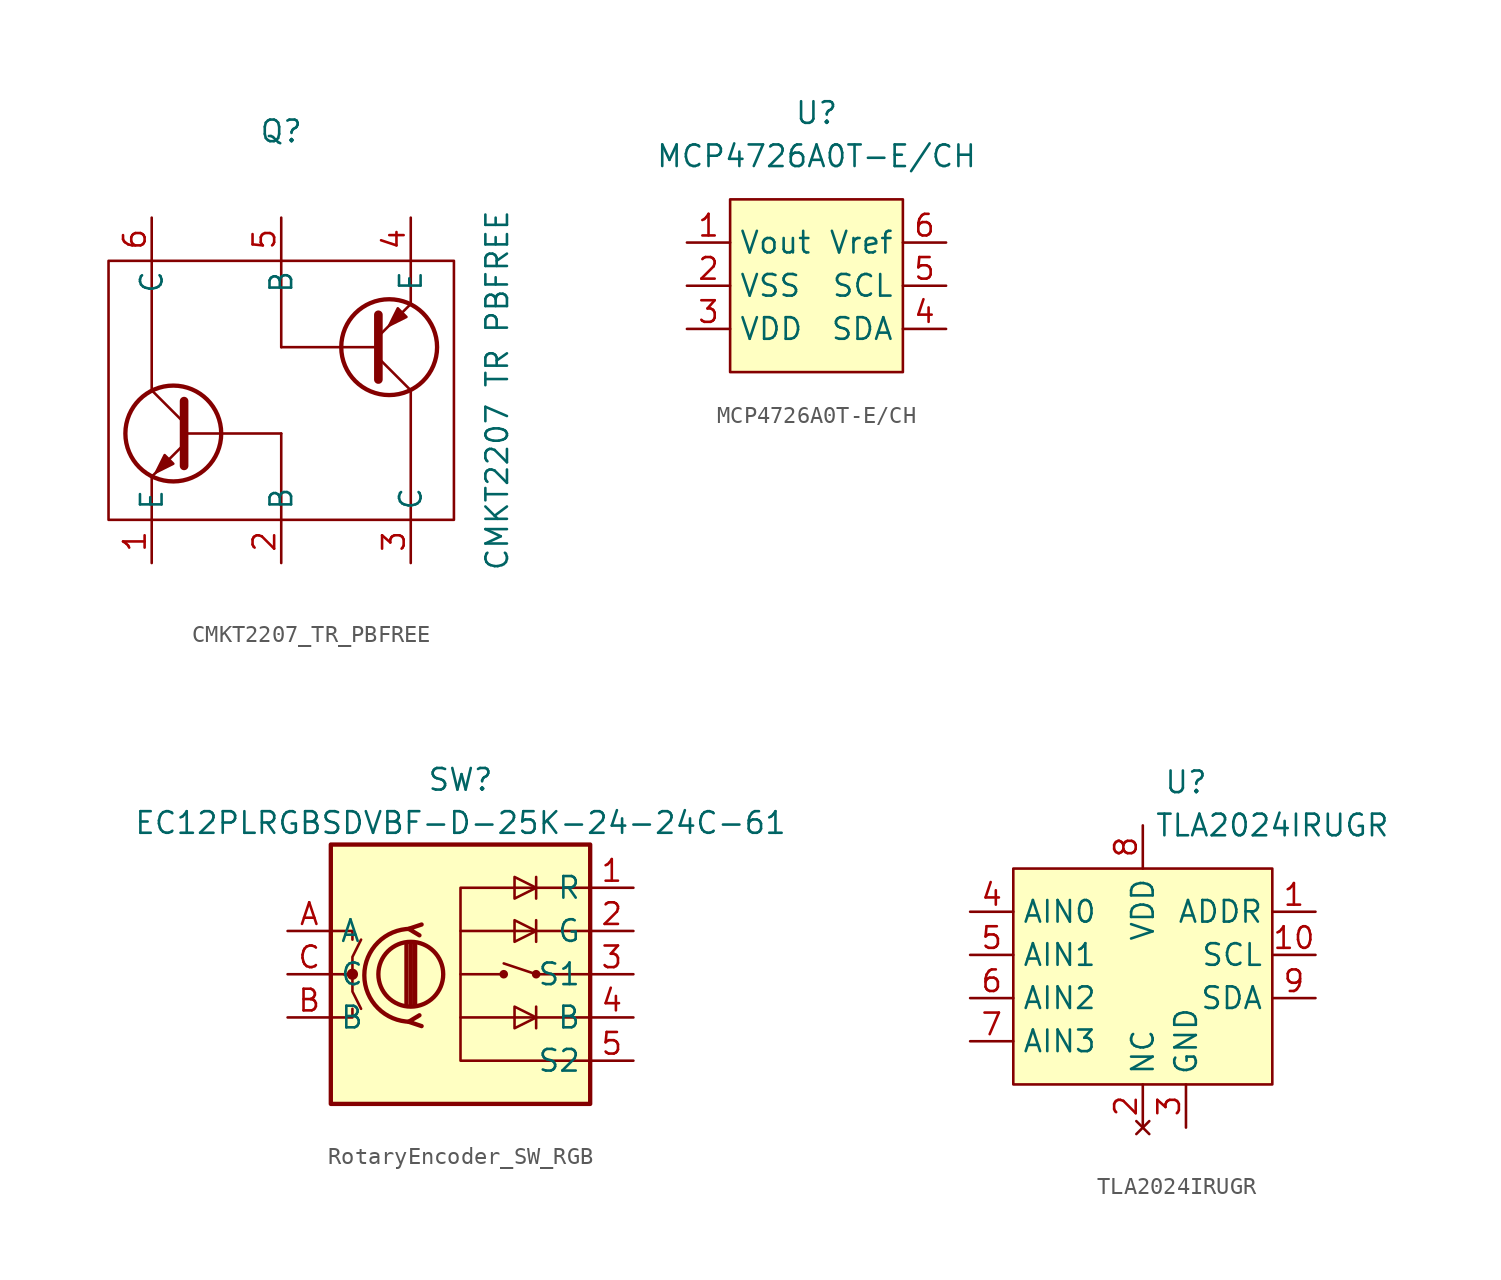
<source format=kicad_sym>
(kicad_symbol_lib
  (version 20220914)
  (generator kicad_symbol_editor)
  (symbol "CMKT2207_TR_PBFREE"
    (property "Reference" "Q"
      (at 0 15.24 0)
      (effects (font (size 1.27 1.27))))
    (property "Value" "CMKT2207 TR PBFREE"
      (at 12.7 0 90)
      (effects (font (size 1.27 1.27))))
    (symbol "CMKT2207_TR_PBFREE_0_1"
      (rectangle (start -10.16 7.62) (end 10.16 -7.62) (stroke (width 0) (type default)) (fill (type none)))
      (circle (center -6.35 -2.54) (radius 2.819) (stroke (width 0.254) (type default)) (fill (type none)))
      (polyline (pts (xy -7.62 -5.08) (xy -7.62 -7.62)) (stroke (width 0) (type default)) (fill (type none)))
      (polyline (pts (xy -7.62 7.62) (xy -7.62 0)) (stroke (width 0) (type default)) (fill (type none)))
      (polyline (pts (xy -5.715 -1.905) (xy -7.62 0)) (stroke (width 0) (type default)) (fill (type none)))
      (polyline (pts (xy 0 -2.54) (xy -5.715 -2.54)) (stroke (width 0) (type default)) (fill (type none)))
      (polyline (pts (xy 0 -2.54) (xy 0 -7.62)) (stroke (width 0) (type default)) (fill (type none)))
      (polyline (pts (xy 0 2.54) (xy 0 7.62)) (stroke (width 0) (type default)) (fill (type none)))
      (polyline (pts (xy 0 2.54) (xy 5.715 2.54)) (stroke (width 0) (type default)) (fill (type none)))
      (polyline (pts (xy 5.715 1.905) (xy 7.62 0)) (stroke (width 0) (type default)) (fill (type none)))
      (polyline (pts (xy 7.62 0) (xy 7.62 -7.62)) (stroke (width 0) (type default)) (fill (type none)))
      (polyline (pts (xy 7.62 7.62) (xy 7.62 5.08)) (stroke (width 0) (type default)) (fill (type none)))
      (polyline (pts (xy -5.715 -3.175) (xy -7.62 -5.08) (xy -7.62 -5.08)) (stroke (width 0) (type default)) (fill (type none)))
      (polyline (pts (xy -5.715 -0.635) (xy -5.715 -4.445) (xy -5.715 -4.445)) (stroke (width 0.508) (type default)) (fill (type none)))
      (polyline (pts (xy 5.715 0.635) (xy 5.715 4.445) (xy 5.715 4.445)) (stroke (width 0.508) (type default)) (fill (type none)))
      (polyline (pts (xy 5.715 3.175) (xy 7.62 5.08) (xy 7.62 5.08)) (stroke (width 0) (type default)) (fill (type none)))
      (polyline (pts (xy -6.35 -4.318) (xy -6.858 -3.81) (xy -7.366 -4.826) (xy -6.35 -4.318) (xy -6.35 -4.318)) (stroke (width 0) (type default)) (fill (type outline)))
      (polyline (pts (xy 7.366 4.318) (xy 6.858 4.826) (xy 6.35 3.81) (xy 7.366 4.318) (xy 7.366 4.318)) (stroke (width 0) (type default)) (fill (type outline)))
      (circle (center 6.35 2.54) (radius 2.819) (stroke (width 0.254) (type default)) (fill (type none))))
    (symbol "CMKT2207_TR_PBFREE_1_1"
      (pin passive line (at -7.62 -10.16 90) (length 2.54) (name "E" (effects (font (size 1.27 1.27)))) (number "1" (effects (font (size 1.27 1.27)))))
      (pin passive line (at 0 -10.16 90) (length 2.54) (name "B" (effects (font (size 1.27 1.27)))) (number "2" (effects (font (size 1.27 1.27)))))
      (pin passive line (at 7.62 -10.16 90) (length 2.54) (name "C" (effects (font (size 1.27 1.27)))) (number "3" (effects (font (size 1.27 1.27)))))
      (pin passive line (at 7.62 10.16 270) (length 2.54) (name "E" (effects (font (size 1.27 1.27)))) (number "4" (effects (font (size 1.27 1.27)))))
      (pin input line (at 0 10.16 270) (length 2.54) (name "B" (effects (font (size 1.27 1.27)))) (number "5" (effects (font (size 1.27 1.27)))))
      (pin passive line (at -7.62 10.16 270) (length 2.54) (name "C" (effects (font (size 1.27 1.27)))) (number "6" (effects (font (size 1.27 1.27)))))))
  (symbol "MCP4726A0T-E/CH"
    (property "Reference" "U"
      (at 0 10.16 0)
      (effects (font (size 1.27 1.27))))
    (property "Value" "MCP4726A0T-E/CH"
      (at 0 7.62 0)
      (effects (font (size 1.27 1.27))))
    (symbol "MCP4726A0T-E/CH_0_1"
      (rectangle (start -5.08 5.08) (end 5.08 -5.08) (stroke (width 0) (type default)) (fill (type background))))
    (symbol "MCP4726A0T-E/CH_1_1"
      (pin output line (at -7.62 2.54 0) (length 2.54) (name "Vout" (effects (font (size 1.27 1.27)))) (number "1" (effects (font (size 1.27 1.27)))))
      (pin power_in line (at -7.62 0 0) (length 2.54) (name "VSS" (effects (font (size 1.27 1.27)))) (number "2" (effects (font (size 1.27 1.27)))))
      (pin power_in line (at -7.62 -2.54 0) (length 2.54) (name "VDD" (effects (font (size 1.27 1.27)))) (number "3" (effects (font (size 1.27 1.27)))))
      (pin bidirectional line (at 7.62 -2.54 180) (length 2.54) (name "SDA" (effects (font (size 1.27 1.27)))) (number "4" (effects (font (size 1.27 1.27)))))
      (pin bidirectional line (at 7.62 0 180) (length 2.54) (name "SCL" (effects (font (size 1.27 1.27)))) (number "5" (effects (font (size 1.27 1.27)))))
      (pin input line (at 7.62 2.54 180) (length 2.54) (name "Vref" (effects (font (size 1.27 1.27)))) (number "6" (effects (font (size 1.27 1.27)))))))
  (symbol "RotaryEncoder_SW_RGB"
    (property "Reference" "SW"
      (at 0 11.43 0)
      (effects (font (size 1.27 1.27))))
    (property "Value" "EC12PLRGBSDVBF-D-25K-24-24C-61"
      (at 0 8.89 0)
      (effects (font (size 1.27 1.27))))
    (symbol "RotaryEncoder_SW_RGB_0_1"
      (rectangle (start -7.62 7.62) (end 7.62 -7.62) (stroke (width 0.254) (type default)) (fill (type background)))
      (circle (center -6.35 0) (radius 0.254) (stroke (width 0) (type default)) (fill (type outline)))
      (circle (center -2.921 0) (radius 1.905) (stroke (width 0.254) (type default)) (fill (type none)))
      (arc (start -2.921 2.667) (mid -5.6388 -0.0635) (end -2.921 -2.794) (stroke (width 0.254) (type default)) (fill (type none)))
      (polyline (pts (xy -3.175 -1.778) (xy -3.175 1.778)) (stroke (width 0.254) (type default)) (fill (type none)))
      (polyline (pts (xy -2.921 -1.778) (xy -2.921 1.778)) (stroke (width 0.254) (type default)) (fill (type none)))
      (polyline (pts (xy -2.667 1.778) (xy -2.667 -1.778)) (stroke (width 0.254) (type default)) (fill (type none)))
      (polyline (pts (xy 0 0) (xy 2.54 0)) (stroke (width 0) (type default)) (fill (type none)))
      (polyline (pts (xy 4.445 -1.905) (xy 4.445 -3.175)) (stroke (width 0) (type default)) (fill (type none)))
      (polyline (pts (xy 4.445 0) (xy 2.54 0.635)) (stroke (width 0) (type default)) (fill (type none)))
      (polyline (pts (xy 4.445 0) (xy 7.62 0)) (stroke (width 0) (type default)) (fill (type none)))
      (polyline (pts (xy 4.445 3.175) (xy 4.445 1.905)) (stroke (width 0) (type default)) (fill (type none)))
      (polyline (pts (xy 4.445 5.715) (xy 4.445 4.445)) (stroke (width 0) (type default)) (fill (type none)))
      (polyline (pts (xy 7.62 -2.54) (xy 0 -2.54)) (stroke (width 0) (type default)) (fill (type none)))
      (polyline (pts (xy 7.62 2.54) (xy 0 2.54)) (stroke (width 0) (type default)) (fill (type none)))
      (polyline (pts (xy -7.62 -2.54) (xy -6.35 -2.54) (xy -6.35 -2.032)) (stroke (width 0) (type default)) (fill (type none)))
      (polyline (pts (xy -7.62 2.54) (xy -6.35 2.54) (xy -6.35 2.032)) (stroke (width 0) (type default)) (fill (type none)))
      (polyline (pts (xy -2.286 -3.048) (xy -3.048 -2.794) (xy -2.413 -2.413)) (stroke (width 0.254) (type default)) (fill (type none)))
      (polyline (pts (xy -2.286 2.921) (xy -3.048 2.667) (xy -2.413 2.286)) (stroke (width 0.254) (type default)) (fill (type none)))
      (polyline (pts (xy -7.62 0) (xy -6.35 0) (xy -6.35 -1.016) (xy -5.842 -2.032)) (stroke (width 0) (type default)) (fill (type none)))
      (polyline (pts (xy -6.858 0) (xy -6.35 0) (xy -6.35 1.016) (xy -5.842 2.032)) (stroke (width 0) (type default)) (fill (type none)))
      (polyline (pts (xy 4.445 -2.54) (xy 3.175 -1.905) (xy 3.175 -3.175) (xy 4.445 -2.54)) (stroke (width 0) (type default)) (fill (type none)))
      (polyline (pts (xy 4.445 2.54) (xy 3.175 3.175) (xy 3.175 1.905) (xy 4.445 2.54)) (stroke (width 0) (type default)) (fill (type none)))
      (polyline (pts (xy 4.445 5.08) (xy 3.175 5.715) (xy 3.175 4.445) (xy 4.445 5.08)) (stroke (width 0) (type default)) (fill (type none)))
      (polyline (pts (xy 7.62 5.08) (xy 0 5.08) (xy 0 -5.08) (xy 7.62 -5.08)) (stroke (width 0) (type default)) (fill (type none)))
      (circle (center 2.54 0) (radius 0.127) (stroke (width 0.254) (type default)) (fill (type none)))
      (circle (center 4.445 0) (radius 0.127) (stroke (width 0.254) (type default)) (fill (type none))))
    (symbol "RotaryEncoder_SW_RGB_1_1"
      (pin passive line (at 10.16 5.08 180) (length 2.54) (name "R" (effects (font (size 1.27 1.27)))) (number "1" (effects (font (size 1.27 1.27)))))
      (pin passive line (at 10.16 2.54 180) (length 2.54) (name "G" (effects (font (size 1.27 1.27)))) (number "2" (effects (font (size 1.27 1.27)))))
      (pin passive line (at 10.16 0 180) (length 2.54) (name "S1" (effects (font (size 1.27 1.27)))) (number "3" (effects (font (size 1.27 1.27)))))
      (pin passive line (at 10.16 -2.54 180) (length 2.54) (name "B" (effects (font (size 1.27 1.27)))) (number "4" (effects (font (size 1.27 1.27)))))
      (pin passive line (at 10.16 -5.08 180) (length 2.54) (name "S2" (effects (font (size 1.27 1.27)))) (number "5" (effects (font (size 1.27 1.27)))))
      (pin passive line (at -10.16 2.54 0) (length 2.54) (name "A" (effects (font (size 1.27 1.27)))) (number "A" (effects (font (size 1.27 1.27)))))
      (pin passive line (at -10.16 -2.54 0) (length 2.54) (name "B" (effects (font (size 1.27 1.27)))) (number "B" (effects (font (size 1.27 1.27)))))
      (pin passive line (at -10.16 0 0) (length 2.54) (name "C" (effects (font (size 1.27 1.27)))) (number "C" (effects (font (size 1.27 1.27)))))))
  (symbol "TLA2024IRUGR"
    (property "Reference" "U"
      (at 2.54 10.16 0)
      (effects (font (size 1.27 1.27))))
    (property "Value" "TLA2024IRUGR"
      (at 7.62 7.62 0)
      (effects (font (size 1.27 1.27))))
    (symbol "TLA2024IRUGR_0_1"
      (rectangle (start -7.62 5.08) (end 7.62 -7.62) (stroke (width 0) (type default)) (fill (type background))))
    (symbol "TLA2024IRUGR_1_1"
      (pin input line (at 10.16 2.54 180) (length 2.54) (name "ADDR" (effects (font (size 1.27 1.27)))) (number "1" (effects (font (size 1.27 1.27)))))
      (pin bidirectional line (at 10.16 0 180) (length 2.54) (name "SCL" (effects (font (size 1.27 1.27)))) (number "10" (effects (font (size 1.27 1.27)))))
      (pin no_connect line (at 0 -10.16 90) (length 2.54) (name "NC" (effects (font (size 1.27 1.27)))) (number "2" (effects (font (size 1.27 1.27)))))
      (pin power_in line (at 2.54 -10.16 90) (length 2.54) (name "GND" (effects (font (size 1.27 1.27)))) (number "3" (effects (font (size 1.27 1.27)))))
      (pin input line (at -10.16 2.54 0) (length 2.54) (name "AIN0" (effects (font (size 1.27 1.27)))) (number "4" (effects (font (size 1.27 1.27)))))
      (pin input line (at -10.16 0 0) (length 2.54) (name "AIN1" (effects (font (size 1.27 1.27)))) (number "5" (effects (font (size 1.27 1.27)))))
      (pin input line (at -10.16 -2.54 0) (length 2.54) (name "AIN2" (effects (font (size 1.27 1.27)))) (number "6" (effects (font (size 1.27 1.27)))))
      (pin input line (at -10.16 -5.08 0) (length 2.54) (name "AIN3" (effects (font (size 1.27 1.27)))) (number "7" (effects (font (size 1.27 1.27)))))
      (pin power_in line (at 0 7.62 270) (length 2.54) (name "VDD" (effects (font (size 1.27 1.27)))) (number "8" (effects (font (size 1.27 1.27)))))
      (pin bidirectional line (at 10.16 -2.54 180) (length 2.54) (name "SDA" (effects (font (size 1.27 1.27)))) (number "9" (effects (font (size 1.27 1.27))))))))
</source>
